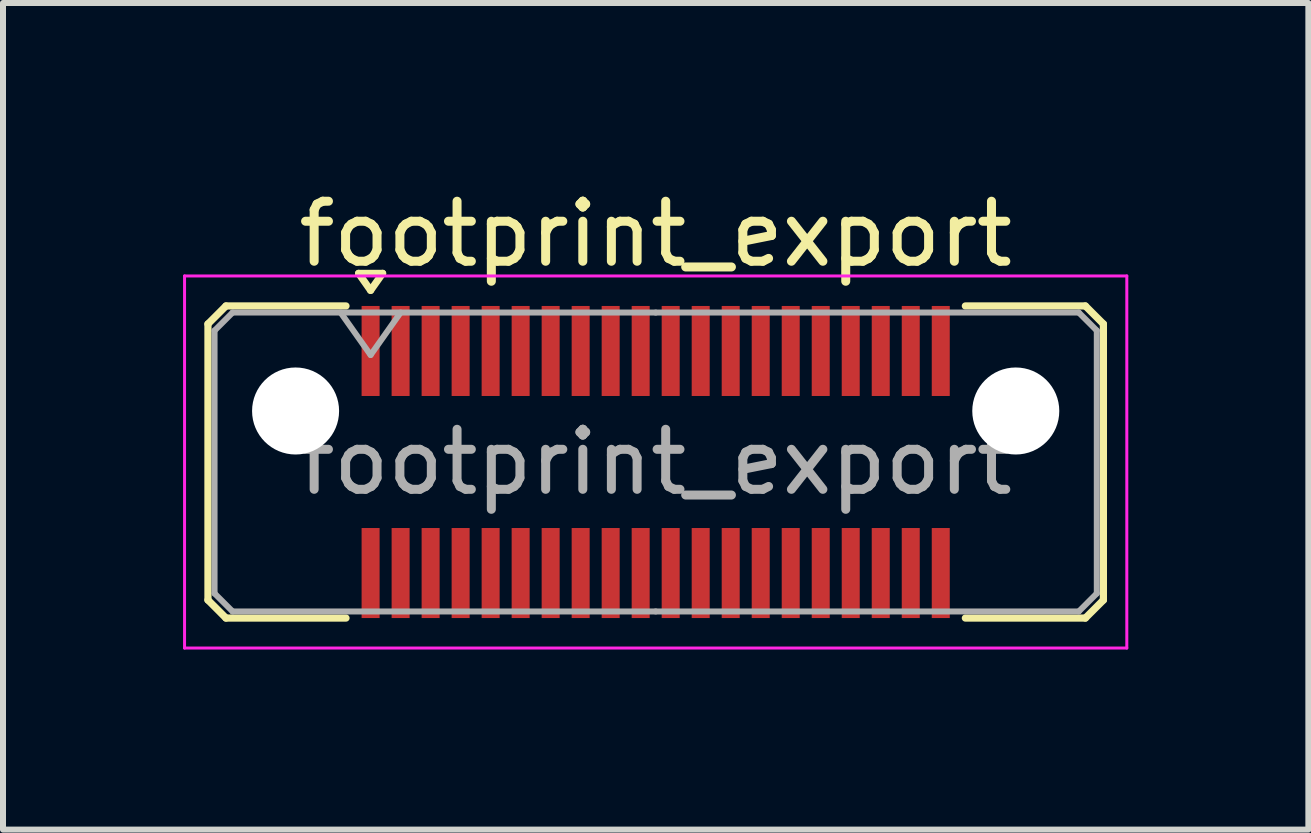
<source format=kicad_pcb>
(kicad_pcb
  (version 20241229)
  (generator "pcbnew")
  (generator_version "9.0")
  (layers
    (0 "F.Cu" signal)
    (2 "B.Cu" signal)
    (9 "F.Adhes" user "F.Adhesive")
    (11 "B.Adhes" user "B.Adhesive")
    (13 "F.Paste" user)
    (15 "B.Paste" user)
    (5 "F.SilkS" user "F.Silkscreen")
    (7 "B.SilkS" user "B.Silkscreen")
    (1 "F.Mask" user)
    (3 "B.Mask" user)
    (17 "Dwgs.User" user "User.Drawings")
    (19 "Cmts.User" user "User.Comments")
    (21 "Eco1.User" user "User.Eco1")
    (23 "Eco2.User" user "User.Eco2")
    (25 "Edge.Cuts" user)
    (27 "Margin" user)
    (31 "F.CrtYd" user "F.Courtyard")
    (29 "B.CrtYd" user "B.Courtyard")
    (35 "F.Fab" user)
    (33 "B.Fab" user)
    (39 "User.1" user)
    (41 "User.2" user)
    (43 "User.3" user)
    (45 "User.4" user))
  (footprint "footprint_export"
    (layer "F.Cu")
    (at 7.875 4.648)
    (property "Reference" "footprint_export" (at 0 -3.8 0) (layer "F.SilkS") (effects (font (size 1 1) (thickness 0.15))))
    (attr smd)
    (fp_line (start -7.46 -2.3) (end -7.46 2.3) (stroke (width 0.12) (type solid)) (layer "F.SilkS"))
    (fp_line (start -7.46 2.3) (end -7.16 2.6) (stroke (width 0.12) (type solid)) (layer "F.SilkS"))
    (fp_line (start -7.16 -2.6) (end -7.46 -2.3) (stroke (width 0.12) (type solid)) (layer "F.SilkS"))
    (fp_line (start -7.16 2.6) (end -5.16 2.6) (stroke (width 0.12) (type solid)) (layer "F.SilkS"))
    (fp_line (start -5.16 -2.6) (end -7.16 -2.6) (stroke (width 0.12) (type solid)) (layer "F.SilkS"))
    (fp_line (start -4.95 -3.143) (end -4.55 -3.143) (stroke (width 0.12) (type solid)) (layer "F.SilkS"))
    (fp_line (start -4.75 -2.86) (end -4.95 -3.143) (stroke (width 0.12) (type solid)) (layer "F.SilkS"))
    (fp_line (start -4.55 -3.143) (end -4.75 -2.86) (stroke (width 0.12) (type solid)) (layer "F.SilkS"))
    (fp_line (start 5.16 -2.6) (end 7.16 -2.6) (stroke (width 0.12) (type solid)) (layer "F.SilkS"))
    (fp_line (start 7.16 -2.6) (end 7.46 -2.3) (stroke (width 0.12) (type solid)) (layer "F.SilkS"))
    (fp_line (start 7.16 2.6) (end 5.16 2.6) (stroke (width 0.12) (type solid)) (layer "F.SilkS"))
    (fp_line (start 7.46 -2.3) (end 7.46 2.3) (stroke (width 0.12) (type solid)) (layer "F.SilkS"))
    (fp_line (start 7.46 2.3) (end 7.16 2.6) (stroke (width 0.12) (type solid)) (layer "F.SilkS"))
    (fp_line (start -7.85 -3.1) (end -7.85 3.1) (stroke (width 0.05) (type solid)) (layer "F.CrtYd"))
    (fp_line (start -7.85 3.1) (end 7.85 3.1) (stroke (width 0.05) (type solid)) (layer "F.CrtYd"))
    (fp_line (start 7.85 -3.1) (end -7.85 -3.1) (stroke (width 0.05) (type solid)) (layer "F.CrtYd"))
    (fp_line (start 7.85 3.1) (end 7.85 -3.1) (stroke (width 0.05) (type solid)) (layer "F.CrtYd"))
    (fp_line (start -7.35 -2.19) (end -7.35 2.19) (stroke (width 0.1) (type solid)) (layer "F.Fab"))
    (fp_line (start -7.35 2.19) (end -7.05 2.49) (stroke (width 0.1) (type solid)) (layer "F.Fab"))
    (fp_line (start -7.05 -2.49) (end -7.35 -2.19) (stroke (width 0.1) (type solid)) (layer "F.Fab"))
    (fp_line (start -7.05 2.49) (end 0 2.49) (stroke (width 0.1) (type solid)) (layer "F.Fab"))
    (fp_line (start -5.25 -2.49) (end -4.75 -1.783) (stroke (width 0.1) (type solid)) (layer "F.Fab"))
    (fp_line (start -4.75 -1.783) (end -4.25 -2.49) (stroke (width 0.1) (type solid)) (layer "F.Fab"))
    (fp_line (start 0 -2.49) (end -7.05 -2.49) (stroke (width 0.1) (type solid)) (layer "F.Fab"))
    (fp_line (start 0 -2.49) (end 7.05 -2.49) (stroke (width 0.1) (type solid)) (layer "F.Fab"))
    (fp_line (start 7.05 -2.49) (end 7.35 -2.19) (stroke (width 0.1) (type solid)) (layer "F.Fab"))
    (fp_line (start 7.05 2.49) (end 0 2.49) (stroke (width 0.1) (type solid)) (layer "F.Fab"))
    (fp_line (start 7.35 -2.19) (end 7.35 2.19) (stroke (width 0.1) (type solid)) (layer "F.Fab"))
    (fp_line (start 7.35 2.19) (end 7.05 2.49) (stroke (width 0.1) (type solid)) (layer "F.Fab"))
    (fp_text user "${REFERENCE}" (at 0 0 0) (layer "F.Fab") (effects (font (size 1 1) (thickness 0.15))))
    (pad "" np_thru_hole circle (at -6 -0.85) (size 1.45 1.45) (drill 1.45) (layers "*.Cu" "*.Mask"))
    (pad "" np_thru_hole circle (at 6 -0.85) (size 1.45 1.45) (drill 1.45) (layers "*.Cu" "*.Mask"))
    (pad "1" smd rect (at -4.75 -1.85) (size 0.3 1.5) (layers "F.Cu" "F.Mask" "F.Paste"))
    (pad "2" smd rect (at -4.75 1.85) (size 0.3 1.5) (layers "F.Cu" "F.Mask" "F.Paste"))
    (pad "3" smd rect (at -4.25 -1.85) (size 0.3 1.5) (layers "F.Cu" "F.Mask" "F.Paste"))
    (pad "4" smd rect (at -4.25 1.85) (size 0.3 1.5) (layers "F.Cu" "F.Mask" "F.Paste"))
    (pad "5" smd rect (at -3.75 -1.85) (size 0.3 1.5) (layers "F.Cu" "F.Mask" "F.Paste"))
    (pad "6" smd rect (at -3.75 1.85) (size 0.3 1.5) (layers "F.Cu" "F.Mask" "F.Paste"))
    (pad "7" smd rect (at -3.25 -1.85) (size 0.3 1.5) (layers "F.Cu" "F.Mask" "F.Paste"))
    (pad "8" smd rect (at -3.25 1.85) (size 0.3 1.5) (layers "F.Cu" "F.Mask" "F.Paste"))
    (pad "9" smd rect (at -2.75 -1.85) (size 0.3 1.5) (layers "F.Cu" "F.Mask" "F.Paste"))
    (pad "10" smd rect (at -2.75 1.85) (size 0.3 1.5) (layers "F.Cu" "F.Mask" "F.Paste"))
    (pad "11" smd rect (at -2.25 -1.85) (size 0.3 1.5) (layers "F.Cu" "F.Mask" "F.Paste"))
    (pad "12" smd rect (at -2.25 1.85) (size 0.3 1.5) (layers "F.Cu" "F.Mask" "F.Paste"))
    (pad "13" smd rect (at -1.75 -1.85) (size 0.3 1.5) (layers "F.Cu" "F.Mask" "F.Paste"))
    (pad "14" smd rect (at -1.75 1.85) (size 0.3 1.5) (layers "F.Cu" "F.Mask" "F.Paste"))
    (pad "15" smd rect (at -1.25 -1.85) (size 0.3 1.5) (layers "F.Cu" "F.Mask" "F.Paste"))
    (pad "16" smd rect (at -1.25 1.85) (size 0.3 1.5) (layers "F.Cu" "F.Mask" "F.Paste"))
    (pad "17" smd rect (at -0.75 -1.85) (size 0.3 1.5) (layers "F.Cu" "F.Mask" "F.Paste"))
    (pad "18" smd rect (at -0.75 1.85) (size 0.3 1.5) (layers "F.Cu" "F.Mask" "F.Paste"))
    (pad "19" smd rect (at -0.25 -1.85) (size 0.3 1.5) (layers "F.Cu" "F.Mask" "F.Paste"))
    (pad "20" smd rect (at -0.25 1.85) (size 0.3 1.5) (layers "F.Cu" "F.Mask" "F.Paste"))
    (pad "21" smd rect (at 0.25 -1.85) (size 0.3 1.5) (layers "F.Cu" "F.Mask" "F.Paste"))
    (pad "22" smd rect (at 0.25 1.85) (size 0.3 1.5) (layers "F.Cu" "F.Mask" "F.Paste"))
    (pad "23" smd rect (at 0.75 -1.85) (size 0.3 1.5) (layers "F.Cu" "F.Mask" "F.Paste"))
    (pad "24" smd rect (at 0.75 1.85) (size 0.3 1.5) (layers "F.Cu" "F.Mask" "F.Paste"))
    (pad "25" smd rect (at 1.25 -1.85) (size 0.3 1.5) (layers "F.Cu" "F.Mask" "F.Paste"))
    (pad "26" smd rect (at 1.25 1.85) (size 0.3 1.5) (layers "F.Cu" "F.Mask" "F.Paste"))
    (pad "27" smd rect (at 1.75 -1.85) (size 0.3 1.5) (layers "F.Cu" "F.Mask" "F.Paste"))
    (pad "28" smd rect (at 1.75 1.85) (size 0.3 1.5) (layers "F.Cu" "F.Mask" "F.Paste"))
    (pad "29" smd rect (at 2.25 -1.85) (size 0.3 1.5) (layers "F.Cu" "F.Mask" "F.Paste"))
    (pad "30" smd rect (at 2.25 1.85) (size 0.3 1.5) (layers "F.Cu" "F.Mask" "F.Paste"))
    (pad "31" smd rect (at 2.75 -1.85) (size 0.3 1.5) (layers "F.Cu" "F.Mask" "F.Paste"))
    (pad "32" smd rect (at 2.75 1.85) (size 0.3 1.5) (layers "F.Cu" "F.Mask" "F.Paste"))
    (pad "33" smd rect (at 3.25 -1.85) (size 0.3 1.5) (layers "F.Cu" "F.Mask" "F.Paste"))
    (pad "34" smd rect (at 3.25 1.85) (size 0.3 1.5) (layers "F.Cu" "F.Mask" "F.Paste"))
    (pad "35" smd rect (at 3.75 -1.85) (size 0.3 1.5) (layers "F.Cu" "F.Mask" "F.Paste"))
    (pad "36" smd rect (at 3.75 1.85) (size 0.3 1.5) (layers "F.Cu" "F.Mask" "F.Paste"))
    (pad "37" smd rect (at 4.25 -1.85) (size 0.3 1.5) (layers "F.Cu" "F.Mask" "F.Paste"))
    (pad "38" smd rect (at 4.25 1.85) (size 0.3 1.5) (layers "F.Cu" "F.Mask" "F.Paste"))
    (pad "39" smd rect (at 4.75 -1.85) (size 0.3 1.5) (layers "F.Cu" "F.Mask" "F.Paste"))
    (pad "40" smd rect (at 4.75 1.85) (size 0.3 1.5) (layers "F.Cu" "F.Mask" "F.Paste")))
  (gr_rect
    (start -3 -3)
    (end 18.75 10.773)
    (stroke (width 0.1) (type default))
    (fill no)
    (layer "Edge.Cuts")))
</source>
